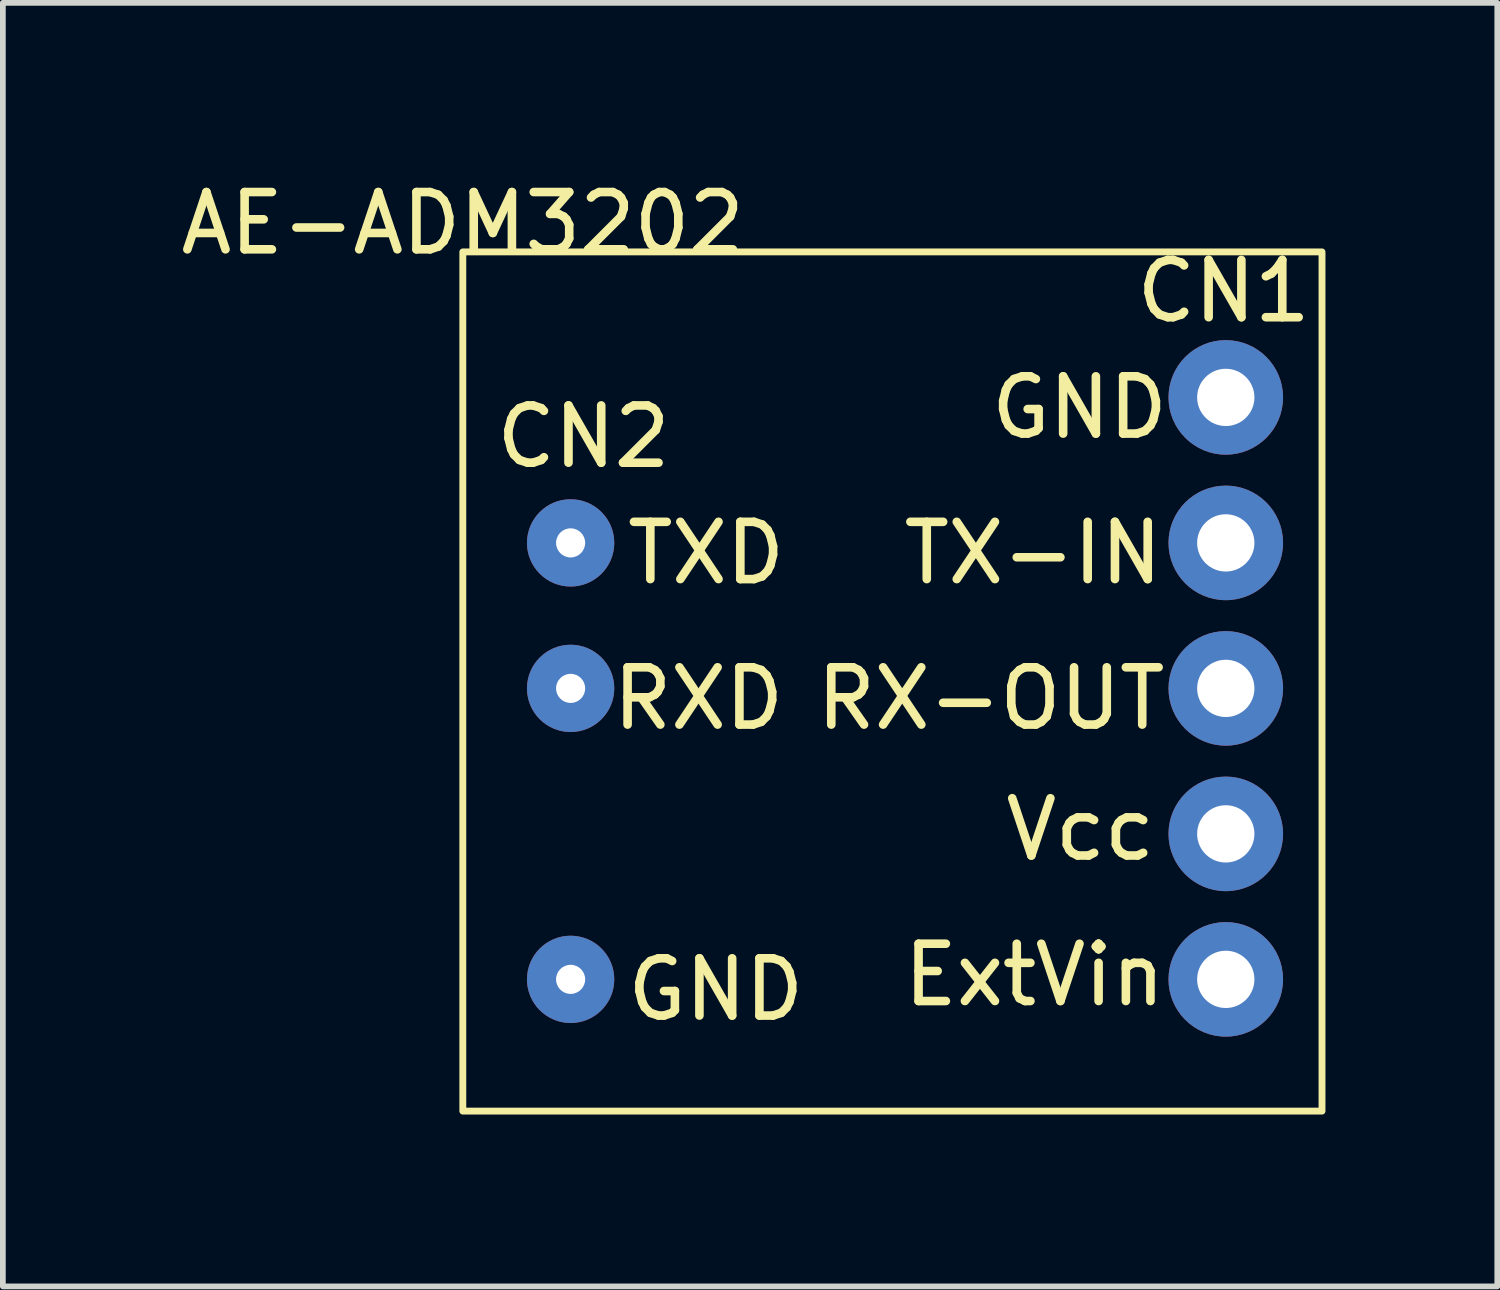
<source format=kicad_pcb>
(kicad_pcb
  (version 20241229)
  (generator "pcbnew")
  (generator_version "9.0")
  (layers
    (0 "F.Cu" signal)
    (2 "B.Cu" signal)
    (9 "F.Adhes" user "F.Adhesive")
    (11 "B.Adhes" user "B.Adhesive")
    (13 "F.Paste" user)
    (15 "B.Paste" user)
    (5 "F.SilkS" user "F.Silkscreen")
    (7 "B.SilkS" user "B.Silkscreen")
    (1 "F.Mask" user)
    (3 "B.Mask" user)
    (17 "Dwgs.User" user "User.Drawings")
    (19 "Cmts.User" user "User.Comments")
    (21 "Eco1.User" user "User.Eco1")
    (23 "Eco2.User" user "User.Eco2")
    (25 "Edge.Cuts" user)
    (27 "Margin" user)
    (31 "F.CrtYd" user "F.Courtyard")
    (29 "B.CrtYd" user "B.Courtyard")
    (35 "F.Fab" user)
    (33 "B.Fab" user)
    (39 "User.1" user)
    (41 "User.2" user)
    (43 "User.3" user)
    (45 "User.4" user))
  (footprint "AE-ADM3202"
    (layer "F.Cu")
    (at 5.03 1.348)
    (property "Reference" "AE-ADM3202" (at 0 -0.5 0) (unlocked yes) (layer "F.SilkS") (effects (font (size 1 1) (thickness 0.15))))
    (attr through_hole)
    (fp_rect (start 0 0) (end 15 15) (stroke (width 0.12) (type default)) (fill no) (layer "F.SilkS"))
    (fp_text user "CN1" (at 11.684 1.27 0) (unlocked yes) (layer "F.SilkS") (effects (font (size 1 1) (thickness 0.15)) (justify left bottom)))
    (fp_text user "RX-OUT" (at 6.096 8.382 0) (unlocked yes) (layer "F.SilkS") (effects (font (size 1 1) (thickness 0.15)) (justify left bottom)))
    (fp_text user "CN2" (at 0.508 3.81 0) (unlocked yes) (layer "F.SilkS") (effects (font (size 1 1) (thickness 0.15)) (justify left bottom)))
    (fp_text user "Vcc" (at 9.398 10.668 0) (unlocked yes) (layer "F.SilkS") (effects (font (size 1 1) (thickness 0.15)) (justify left bottom)))
    (fp_text user "ExtVin" (at 7.62 13.208 0) (unlocked yes) (layer "F.SilkS") (effects (font (size 1 1) (thickness 0.15)) (justify left bottom)))
    (fp_text user "TXD" (at 2.794 5.842 0) (unlocked yes) (layer "F.SilkS") (effects (font (size 1 1) (thickness 0.15)) (justify left bottom)))
    (fp_text user "RXD" (at 2.54 8.382 0) (unlocked yes) (layer "F.SilkS") (effects (font (size 1 1) (thickness 0.15)) (justify left bottom)))
    (fp_text user "GND" (at 2.794 13.462 0) (unlocked yes) (layer "F.SilkS") (effects (font (size 1 1) (thickness 0.15)) (justify left bottom)))
    (fp_text user "GND" (at 9.144 3.302 0) (unlocked yes) (layer "F.SilkS") (effects (font (size 1 1) (thickness 0.15)) (justify left bottom)))
    (fp_text user "TX-IN" (at 7.62 5.842 0) (unlocked yes) (layer "F.SilkS") (effects (font (size 1 1) (thickness 0.15)) (justify left bottom)))
    (pad "1" thru_hole circle (at 13.32 2.54) (size 2 2) (drill 1) (layers "*.Cu" "*.Mask"))
    (pad "2" thru_hole circle (at 13.32 5.08) (size 2 2) (drill 1) (layers "*.Cu" "*.Mask"))
    (pad "3" thru_hole circle (at 13.32 7.62) (size 2 2) (drill 1) (layers "*.Cu" "*.Mask"))
    (pad "4" thru_hole circle (at 13.32 10.16) (size 2 2) (drill 1) (layers "*.Cu" "*.Mask"))
    (pad "5" thru_hole circle (at 13.32 12.7) (size 2 2) (drill 1) (layers "*.Cu" "*.Mask"))
    (pad "6" thru_hole circle (at 1.882 5.08) (size 1.524 1.524) (drill 0.508) (layers "*.Cu" "*.Mask"))
    (pad "7" thru_hole circle (at 1.882 7.62) (size 1.524 1.524) (drill 0.508) (layers "*.Cu" "*.Mask"))
    (pad "8" thru_hole circle (at 1.882 12.7) (size 1.524 1.524) (drill 0.508) (layers "*.Cu" "*.Mask")))
  (gr_rect
    (start -3 -3)
    (end 23.09 19.408)
    (stroke (width 0.1) (type default))
    (fill no)
    (layer "Edge.Cuts")))
</source>
